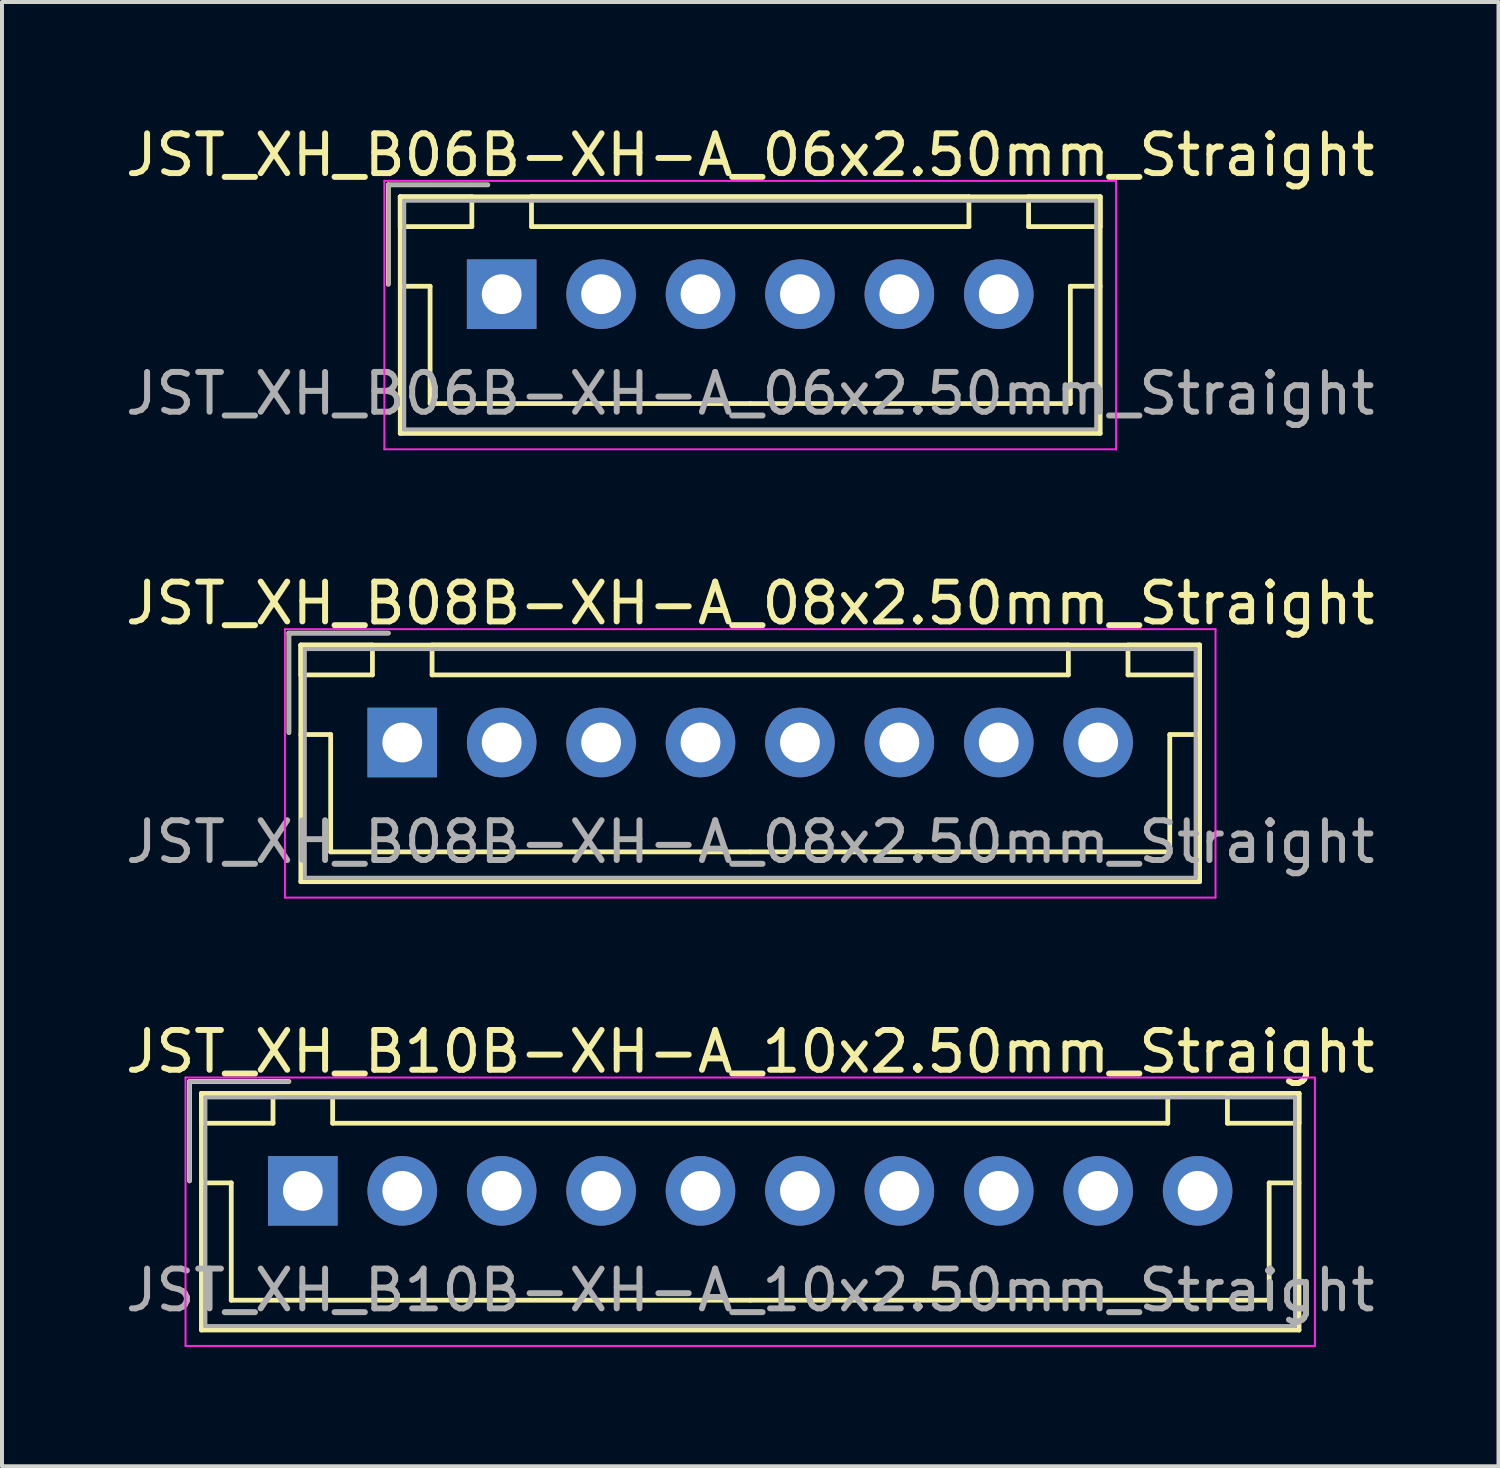
<source format=kicad_pcb>
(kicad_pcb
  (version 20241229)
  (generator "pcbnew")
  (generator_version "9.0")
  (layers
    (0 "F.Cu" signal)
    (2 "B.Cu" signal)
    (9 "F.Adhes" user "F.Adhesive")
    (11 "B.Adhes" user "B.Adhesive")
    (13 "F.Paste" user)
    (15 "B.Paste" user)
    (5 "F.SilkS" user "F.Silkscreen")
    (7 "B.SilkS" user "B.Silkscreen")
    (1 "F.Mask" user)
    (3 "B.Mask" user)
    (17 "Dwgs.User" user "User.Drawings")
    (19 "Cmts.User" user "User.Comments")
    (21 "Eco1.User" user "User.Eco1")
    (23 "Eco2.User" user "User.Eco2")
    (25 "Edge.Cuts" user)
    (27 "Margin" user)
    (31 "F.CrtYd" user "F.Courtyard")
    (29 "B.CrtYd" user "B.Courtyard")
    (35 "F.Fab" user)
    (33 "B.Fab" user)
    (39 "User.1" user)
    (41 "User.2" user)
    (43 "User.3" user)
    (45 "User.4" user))
  (footprint "JST_XH_B10B-XH-A_10x2.50mm_Straight"
    (layer "F.Cu")
    (at 4.565 26.895)
    (property "Reference" "JST_XH_B10B-XH-A_10x2.50mm_Straight" (at 11.25 -3.5 0) (layer "F.SilkS") (effects (font (size 1 1) (thickness 0.15))))
    (attr through_hole)
    (fp_line (start -2.85 -2.75) (end -2.85 -0.25) (stroke (width 0.12) (type solid)) (layer "F.SilkS"))
    (fp_line (start -2.55 -2.45) (end -2.55 -1.7) (stroke (width 0.12) (type solid)) (layer "F.SilkS"))
    (fp_line (start -2.55 -2.45) (end -2.55 3.5) (stroke (width 0.12) (type solid)) (layer "F.SilkS"))
    (fp_line (start -2.55 -1.7) (end -0.75 -1.7) (stroke (width 0.12) (type solid)) (layer "F.SilkS"))
    (fp_line (start -2.55 -0.2) (end -1.8 -0.2) (stroke (width 0.12) (type solid)) (layer "F.SilkS"))
    (fp_line (start -2.55 3.5) (end 25.05 3.5) (stroke (width 0.12) (type solid)) (layer "F.SilkS"))
    (fp_line (start -1.8 -0.2) (end -1.8 2.75) (stroke (width 0.12) (type solid)) (layer "F.SilkS"))
    (fp_line (start -1.8 2.75) (end 11.25 2.75) (stroke (width 0.12) (type solid)) (layer "F.SilkS"))
    (fp_line (start -0.75 -2.45) (end -2.55 -2.45) (stroke (width 0.12) (type solid)) (layer "F.SilkS"))
    (fp_line (start -0.75 -1.7) (end -0.75 -2.45) (stroke (width 0.12) (type solid)) (layer "F.SilkS"))
    (fp_line (start -0.35 -2.75) (end -2.85 -2.75) (stroke (width 0.12) (type solid)) (layer "F.SilkS"))
    (fp_line (start 0.75 -2.45) (end 0.75 -1.7) (stroke (width 0.12) (type solid)) (layer "F.SilkS"))
    (fp_line (start 0.75 -1.7) (end 21.75 -1.7) (stroke (width 0.12) (type solid)) (layer "F.SilkS"))
    (fp_line (start 21.75 -2.45) (end 0.75 -2.45) (stroke (width 0.12) (type solid)) (layer "F.SilkS"))
    (fp_line (start 21.75 -1.7) (end 21.75 -2.45) (stroke (width 0.12) (type solid)) (layer "F.SilkS"))
    (fp_line (start 23.25 -2.45) (end 23.25 -1.7) (stroke (width 0.12) (type solid)) (layer "F.SilkS"))
    (fp_line (start 23.25 -1.7) (end 25.05 -1.7) (stroke (width 0.12) (type solid)) (layer "F.SilkS"))
    (fp_line (start 24.3 -0.2) (end 24.3 2.75) (stroke (width 0.12) (type solid)) (layer "F.SilkS"))
    (fp_line (start 24.3 2.75) (end 11.25 2.75) (stroke (width 0.12) (type solid)) (layer "F.SilkS"))
    (fp_line (start 25.05 -2.45) (end -2.55 -2.45) (stroke (width 0.12) (type solid)) (layer "F.SilkS"))
    (fp_line (start 25.05 -2.45) (end 23.25 -2.45) (stroke (width 0.12) (type solid)) (layer "F.SilkS"))
    (fp_line (start 25.05 -1.7) (end 25.05 -2.45) (stroke (width 0.12) (type solid)) (layer "F.SilkS"))
    (fp_line (start 25.05 -0.2) (end 24.3 -0.2) (stroke (width 0.12) (type solid)) (layer "F.SilkS"))
    (fp_line (start 25.05 3.5) (end 25.05 -2.45) (stroke (width 0.12) (type solid)) (layer "F.SilkS"))
    (fp_line (start -2.95 -2.85) (end -2.95 3.9) (stroke (width 0.05) (type solid)) (layer "F.CrtYd"))
    (fp_line (start -2.95 3.9) (end 25.45 3.9) (stroke (width 0.05) (type solid)) (layer "F.CrtYd"))
    (fp_line (start 25.45 -2.85) (end -2.95 -2.85) (stroke (width 0.05) (type solid)) (layer "F.CrtYd"))
    (fp_line (start 25.45 3.9) (end 25.45 -2.85) (stroke (width 0.05) (type solid)) (layer "F.CrtYd"))
    (fp_line (start -2.85 -2.75) (end -2.85 -0.25) (stroke (width 0.1) (type solid)) (layer "F.Fab"))
    (fp_line (start -2.45 -2.35) (end -2.45 3.4) (stroke (width 0.1) (type solid)) (layer "F.Fab"))
    (fp_line (start -2.45 3.4) (end 24.95 3.4) (stroke (width 0.1) (type solid)) (layer "F.Fab"))
    (fp_line (start -0.35 -2.75) (end -2.85 -2.75) (stroke (width 0.1) (type solid)) (layer "F.Fab"))
    (fp_line (start 24.95 -2.35) (end -2.45 -2.35) (stroke (width 0.1) (type solid)) (layer "F.Fab"))
    (fp_line (start 24.95 3.4) (end 24.95 -2.35) (stroke (width 0.1) (type solid)) (layer "F.Fab"))
    (fp_text user "${REFERENCE}" (at 11.25 2.5 0) (layer "F.Fab") (effects (font (size 1 1) (thickness 0.15))))
    (pad "1" thru_hole rect (at 0 0) (size 1.75 1.75) (drill 1) (layers "*.Cu" "*.Mask"))
    (pad "2" thru_hole circle (at 2.5 0) (size 1.75 1.75) (drill 1) (layers "*.Cu" "*.Mask"))
    (pad "3" thru_hole circle (at 5 0) (size 1.75 1.75) (drill 1) (layers "*.Cu" "*.Mask"))
    (pad "4" thru_hole circle (at 7.5 0) (size 1.75 1.75) (drill 1) (layers "*.Cu" "*.Mask"))
    (pad "5" thru_hole circle (at 10 0) (size 1.75 1.75) (drill 1) (layers "*.Cu" "*.Mask"))
    (pad "6" thru_hole circle (at 12.5 0) (size 1.75 1.75) (drill 1) (layers "*.Cu" "*.Mask"))
    (pad "7" thru_hole circle (at 15 0) (size 1.75 1.75) (drill 1) (layers "*.Cu" "*.Mask"))
    (pad "8" thru_hole circle (at 17.5 0) (size 1.75 1.75) (drill 1) (layers "*.Cu" "*.Mask"))
    (pad "9" thru_hole circle (at 20 0) (size 1.75 1.75) (drill 1) (layers "*.Cu" "*.Mask"))
    (pad "10" thru_hole circle (at 22.5 0) (size 1.75 1.75) (drill 1) (layers "*.Cu" "*.Mask")))
  (footprint "JST_XH_B08B-XH-A_08x2.50mm_Straight"
    (layer "F.Cu")
    (at 7.065 15.621)
    (property "Reference" "JST_XH_B08B-XH-A_08x2.50mm_Straight" (at 8.75 -3.5 0) (layer "F.SilkS") (effects (font (size 1 1) (thickness 0.15))))
    (attr through_hole)
    (fp_line (start -2.85 -2.75) (end -2.85 -0.25) (stroke (width 0.12) (type solid)) (layer "F.SilkS"))
    (fp_line (start -2.55 -2.45) (end -2.55 -1.7) (stroke (width 0.12) (type solid)) (layer "F.SilkS"))
    (fp_line (start -2.55 -2.45) (end -2.55 3.5) (stroke (width 0.12) (type solid)) (layer "F.SilkS"))
    (fp_line (start -2.55 -1.7) (end -0.75 -1.7) (stroke (width 0.12) (type solid)) (layer "F.SilkS"))
    (fp_line (start -2.55 -0.2) (end -1.8 -0.2) (stroke (width 0.12) (type solid)) (layer "F.SilkS"))
    (fp_line (start -2.55 3.5) (end 20.05 3.5) (stroke (width 0.12) (type solid)) (layer "F.SilkS"))
    (fp_line (start -1.8 -0.2) (end -1.8 2.75) (stroke (width 0.12) (type solid)) (layer "F.SilkS"))
    (fp_line (start -1.8 2.75) (end 8.75 2.75) (stroke (width 0.12) (type solid)) (layer "F.SilkS"))
    (fp_line (start -0.75 -2.45) (end -2.55 -2.45) (stroke (width 0.12) (type solid)) (layer "F.SilkS"))
    (fp_line (start -0.75 -1.7) (end -0.75 -2.45) (stroke (width 0.12) (type solid)) (layer "F.SilkS"))
    (fp_line (start -0.35 -2.75) (end -2.85 -2.75) (stroke (width 0.12) (type solid)) (layer "F.SilkS"))
    (fp_line (start 0.75 -2.45) (end 0.75 -1.7) (stroke (width 0.12) (type solid)) (layer "F.SilkS"))
    (fp_line (start 0.75 -1.7) (end 16.75 -1.7) (stroke (width 0.12) (type solid)) (layer "F.SilkS"))
    (fp_line (start 16.75 -2.45) (end 0.75 -2.45) (stroke (width 0.12) (type solid)) (layer "F.SilkS"))
    (fp_line (start 16.75 -1.7) (end 16.75 -2.45) (stroke (width 0.12) (type solid)) (layer "F.SilkS"))
    (fp_line (start 18.25 -2.45) (end 18.25 -1.7) (stroke (width 0.12) (type solid)) (layer "F.SilkS"))
    (fp_line (start 18.25 -1.7) (end 20.05 -1.7) (stroke (width 0.12) (type solid)) (layer "F.SilkS"))
    (fp_line (start 19.3 -0.2) (end 19.3 2.75) (stroke (width 0.12) (type solid)) (layer "F.SilkS"))
    (fp_line (start 19.3 2.75) (end 8.75 2.75) (stroke (width 0.12) (type solid)) (layer "F.SilkS"))
    (fp_line (start 20.05 -2.45) (end -2.55 -2.45) (stroke (width 0.12) (type solid)) (layer "F.SilkS"))
    (fp_line (start 20.05 -2.45) (end 18.25 -2.45) (stroke (width 0.12) (type solid)) (layer "F.SilkS"))
    (fp_line (start 20.05 -1.7) (end 20.05 -2.45) (stroke (width 0.12) (type solid)) (layer "F.SilkS"))
    (fp_line (start 20.05 -0.2) (end 19.3 -0.2) (stroke (width 0.12) (type solid)) (layer "F.SilkS"))
    (fp_line (start 20.05 3.5) (end 20.05 -2.45) (stroke (width 0.12) (type solid)) (layer "F.SilkS"))
    (fp_line (start -2.95 -2.85) (end -2.95 3.9) (stroke (width 0.05) (type solid)) (layer "F.CrtYd"))
    (fp_line (start -2.95 3.9) (end 20.45 3.9) (stroke (width 0.05) (type solid)) (layer "F.CrtYd"))
    (fp_line (start 20.45 -2.85) (end -2.95 -2.85) (stroke (width 0.05) (type solid)) (layer "F.CrtYd"))
    (fp_line (start 20.45 3.9) (end 20.45 -2.85) (stroke (width 0.05) (type solid)) (layer "F.CrtYd"))
    (fp_line (start -2.85 -2.75) (end -2.85 -0.25) (stroke (width 0.1) (type solid)) (layer "F.Fab"))
    (fp_line (start -2.45 -2.35) (end -2.45 3.4) (stroke (width 0.1) (type solid)) (layer "F.Fab"))
    (fp_line (start -2.45 3.4) (end 19.95 3.4) (stroke (width 0.1) (type solid)) (layer "F.Fab"))
    (fp_line (start -0.35 -2.75) (end -2.85 -2.75) (stroke (width 0.1) (type solid)) (layer "F.Fab"))
    (fp_line (start 19.95 -2.35) (end -2.45 -2.35) (stroke (width 0.1) (type solid)) (layer "F.Fab"))
    (fp_line (start 19.95 3.4) (end 19.95 -2.35) (stroke (width 0.1) (type solid)) (layer "F.Fab"))
    (fp_text user "${REFERENCE}" (at 8.75 2.5 0) (layer "F.Fab") (effects (font (size 1 1) (thickness 0.15))))
    (pad "1" thru_hole rect (at 0 0) (size 1.75 1.75) (drill 1) (layers "*.Cu" "*.Mask"))
    (pad "2" thru_hole circle (at 2.5 0) (size 1.75 1.75) (drill 1) (layers "*.Cu" "*.Mask"))
    (pad "3" thru_hole circle (at 5 0) (size 1.75 1.75) (drill 1) (layers "*.Cu" "*.Mask"))
    (pad "4" thru_hole circle (at 7.5 0) (size 1.75 1.75) (drill 1) (layers "*.Cu" "*.Mask"))
    (pad "5" thru_hole circle (at 10 0) (size 1.75 1.75) (drill 1) (layers "*.Cu" "*.Mask"))
    (pad "6" thru_hole circle (at 12.5 0) (size 1.75 1.75) (drill 1) (layers "*.Cu" "*.Mask"))
    (pad "7" thru_hole circle (at 15 0) (size 1.75 1.75) (drill 1) (layers "*.Cu" "*.Mask"))
    (pad "8" thru_hole circle (at 17.5 0) (size 1.75 1.75) (drill 1) (layers "*.Cu" "*.Mask")))
  (footprint "JST_XH_B06B-XH-A_06x2.50mm_Straight"
    (layer "F.Cu")
    (at 9.565 4.348)
    (property "Reference" "JST_XH_B06B-XH-A_06x2.50mm_Straight" (at 6.25 -3.5 0) (layer "F.SilkS") (effects (font (size 1 1) (thickness 0.15))))
    (attr through_hole)
    (fp_line (start -2.85 -2.75) (end -2.85 -0.25) (stroke (width 0.12) (type solid)) (layer "F.SilkS"))
    (fp_line (start -2.55 -2.45) (end -2.55 -1.7) (stroke (width 0.12) (type solid)) (layer "F.SilkS"))
    (fp_line (start -2.55 -2.45) (end -2.55 3.5) (stroke (width 0.12) (type solid)) (layer "F.SilkS"))
    (fp_line (start -2.55 -1.7) (end -0.75 -1.7) (stroke (width 0.12) (type solid)) (layer "F.SilkS"))
    (fp_line (start -2.55 -0.2) (end -1.8 -0.2) (stroke (width 0.12) (type solid)) (layer "F.SilkS"))
    (fp_line (start -2.55 3.5) (end 15.05 3.5) (stroke (width 0.12) (type solid)) (layer "F.SilkS"))
    (fp_line (start -1.8 -0.2) (end -1.8 2.75) (stroke (width 0.12) (type solid)) (layer "F.SilkS"))
    (fp_line (start -1.8 2.75) (end 6.25 2.75) (stroke (width 0.12) (type solid)) (layer "F.SilkS"))
    (fp_line (start -0.75 -2.45) (end -2.55 -2.45) (stroke (width 0.12) (type solid)) (layer "F.SilkS"))
    (fp_line (start -0.75 -1.7) (end -0.75 -2.45) (stroke (width 0.12) (type solid)) (layer "F.SilkS"))
    (fp_line (start -0.35 -2.75) (end -2.85 -2.75) (stroke (width 0.12) (type solid)) (layer "F.SilkS"))
    (fp_line (start 0.75 -2.45) (end 0.75 -1.7) (stroke (width 0.12) (type solid)) (layer "F.SilkS"))
    (fp_line (start 0.75 -1.7) (end 11.75 -1.7) (stroke (width 0.12) (type solid)) (layer "F.SilkS"))
    (fp_line (start 11.75 -2.45) (end 0.75 -2.45) (stroke (width 0.12) (type solid)) (layer "F.SilkS"))
    (fp_line (start 11.75 -1.7) (end 11.75 -2.45) (stroke (width 0.12) (type solid)) (layer "F.SilkS"))
    (fp_line (start 13.25 -2.45) (end 13.25 -1.7) (stroke (width 0.12) (type solid)) (layer "F.SilkS"))
    (fp_line (start 13.25 -1.7) (end 15.05 -1.7) (stroke (width 0.12) (type solid)) (layer "F.SilkS"))
    (fp_line (start 14.3 -0.2) (end 14.3 2.75) (stroke (width 0.12) (type solid)) (layer "F.SilkS"))
    (fp_line (start 14.3 2.75) (end 6.25 2.75) (stroke (width 0.12) (type solid)) (layer "F.SilkS"))
    (fp_line (start 15.05 -2.45) (end -2.55 -2.45) (stroke (width 0.12) (type solid)) (layer "F.SilkS"))
    (fp_line (start 15.05 -2.45) (end 13.25 -2.45) (stroke (width 0.12) (type solid)) (layer "F.SilkS"))
    (fp_line (start 15.05 -1.7) (end 15.05 -2.45) (stroke (width 0.12) (type solid)) (layer "F.SilkS"))
    (fp_line (start 15.05 -0.2) (end 14.3 -0.2) (stroke (width 0.12) (type solid)) (layer "F.SilkS"))
    (fp_line (start 15.05 3.5) (end 15.05 -2.45) (stroke (width 0.12) (type solid)) (layer "F.SilkS"))
    (fp_line (start -2.95 -2.85) (end -2.95 3.9) (stroke (width 0.05) (type solid)) (layer "F.CrtYd"))
    (fp_line (start -2.95 3.9) (end 15.45 3.9) (stroke (width 0.05) (type solid)) (layer "F.CrtYd"))
    (fp_line (start 15.45 -2.85) (end -2.95 -2.85) (stroke (width 0.05) (type solid)) (layer "F.CrtYd"))
    (fp_line (start 15.45 3.9) (end 15.45 -2.85) (stroke (width 0.05) (type solid)) (layer "F.CrtYd"))
    (fp_line (start -2.85 -2.75) (end -2.85 -0.25) (stroke (width 0.1) (type solid)) (layer "F.Fab"))
    (fp_line (start -2.45 -2.35) (end -2.45 3.4) (stroke (width 0.1) (type solid)) (layer "F.Fab"))
    (fp_line (start -2.45 3.4) (end 14.95 3.4) (stroke (width 0.1) (type solid)) (layer "F.Fab"))
    (fp_line (start -0.35 -2.75) (end -2.85 -2.75) (stroke (width 0.1) (type solid)) (layer "F.Fab"))
    (fp_line (start 14.95 -2.35) (end -2.45 -2.35) (stroke (width 0.1) (type solid)) (layer "F.Fab"))
    (fp_line (start 14.95 3.4) (end 14.95 -2.35) (stroke (width 0.1) (type solid)) (layer "F.Fab"))
    (fp_text user "${REFERENCE}" (at 6.25 2.5 0) (layer "F.Fab") (effects (font (size 1 1) (thickness 0.15))))
    (pad "1" thru_hole rect (at 0 0) (size 1.75 1.75) (drill 1) (layers "*.Cu" "*.Mask"))
    (pad "2" thru_hole circle (at 2.5 0) (size 1.75 1.75) (drill 1) (layers "*.Cu" "*.Mask"))
    (pad "3" thru_hole circle (at 5 0) (size 1.75 1.75) (drill 1) (layers "*.Cu" "*.Mask"))
    (pad "4" thru_hole circle (at 7.5 0) (size 1.75 1.75) (drill 1) (layers "*.Cu" "*.Mask"))
    (pad "5" thru_hole circle (at 10 0) (size 1.75 1.75) (drill 1) (layers "*.Cu" "*.Mask"))
    (pad "6" thru_hole circle (at 12.5 0) (size 1.75 1.75) (drill 1) (layers "*.Cu" "*.Mask")))
  (gr_rect
    (start -3 -3)
    (end 34.631 33.82)
    (stroke (width 0.1) (type default))
    (fill no)
    (layer "Edge.Cuts")))
</source>
